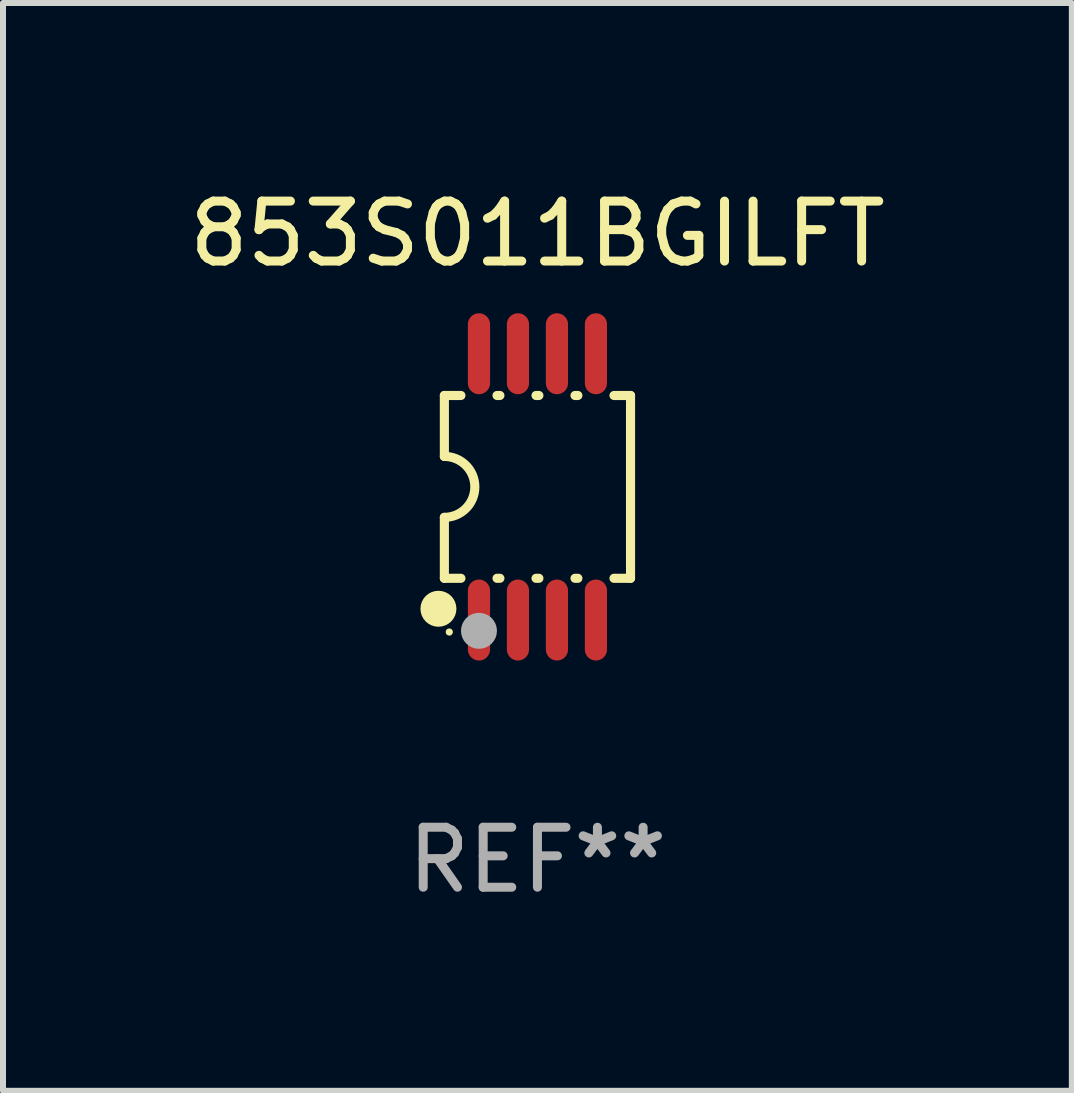
<source format=kicad_pcb>
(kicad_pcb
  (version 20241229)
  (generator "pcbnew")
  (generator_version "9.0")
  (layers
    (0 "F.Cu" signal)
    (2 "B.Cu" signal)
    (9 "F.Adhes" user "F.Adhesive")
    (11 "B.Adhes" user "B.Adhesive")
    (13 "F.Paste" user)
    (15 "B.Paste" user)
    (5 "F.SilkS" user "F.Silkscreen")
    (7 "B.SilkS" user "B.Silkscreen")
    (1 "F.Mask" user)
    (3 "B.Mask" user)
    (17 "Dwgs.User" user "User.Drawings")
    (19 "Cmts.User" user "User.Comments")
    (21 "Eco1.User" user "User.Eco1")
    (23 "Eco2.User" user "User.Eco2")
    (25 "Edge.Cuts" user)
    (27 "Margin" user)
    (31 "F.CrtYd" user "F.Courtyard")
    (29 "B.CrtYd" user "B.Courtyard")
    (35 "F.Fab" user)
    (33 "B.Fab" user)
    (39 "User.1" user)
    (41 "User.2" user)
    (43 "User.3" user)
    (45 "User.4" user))
  (footprint "853S011BGILFT"
    (layer "F.Cu")
    (at 5.911 5.068)
    (property "Reference" "853S011BGILFT" (at 0 -4.22 0) (layer "F.SilkS") (effects (font (size 1 1) (thickness 0.15))))
    (attr through_hole)
    (fp_line (start -1.552 -1.524) (end -1.276 -1.524) (stroke (width 0.152) (type solid)) (layer "F.SilkS"))
    (fp_line (start -1.552 -0.508) (end -1.552 -1.524) (stroke (width 0.152) (type solid)) (layer "F.SilkS"))
    (fp_line (start -1.552 1.524) (end -1.552 0.508) (stroke (width 0.152) (type solid)) (layer "F.SilkS"))
    (fp_line (start -1.552 1.524) (end -1.276 1.524) (stroke (width 0.152) (type solid)) (layer "F.SilkS"))
    (fp_line (start -0.674 -1.524) (end -0.626 -1.524) (stroke (width 0.152) (type solid)) (layer "F.SilkS"))
    (fp_line (start -0.674 1.524) (end -0.626 1.524) (stroke (width 0.152) (type solid)) (layer "F.SilkS"))
    (fp_line (start -0.024 -1.524) (end 0.024 -1.524) (stroke (width 0.152) (type solid)) (layer "F.SilkS"))
    (fp_line (start -0.024 1.524) (end 0.024 1.524) (stroke (width 0.152) (type solid)) (layer "F.SilkS"))
    (fp_line (start 0.626 -1.524) (end 0.674 -1.524) (stroke (width 0.152) (type solid)) (layer "F.SilkS"))
    (fp_line (start 0.626 1.524) (end 0.674 1.524) (stroke (width 0.152) (type solid)) (layer "F.SilkS"))
    (fp_line (start 1.276 1.524) (end 1.552 1.524) (stroke (width 0.152) (type solid)) (layer "F.SilkS"))
    (fp_line (start 1.276 -1.524) (end 1.552 -1.524) (stroke (width 0.152) (type solid)) (layer "F.SilkS"))
    (fp_line (start 1.552 -1.524) (end 1.552 1.524) (stroke (width 0.152) (type solid)) (layer "F.SilkS"))
    (fp_arc (start -1.551943 -0.508001) (mid -1.043942 0) (end -1.551943 0.508001) (stroke (width 0.151994) (type solid)) (layer "F.SilkS"))
    (fp_circle (center -1.651 2.032) (end -1.501 2.032) (stroke (width 0.3) (type solid)) (fill no) (layer "F.SilkS"))
    (fp_circle (center -1.47 2.42) (end -1.44 2.42) (stroke (width 0.06) (type solid)) (fill no) (layer "F.SilkS"))
    (fp_circle (center -0.975 2.4) (end -0.825 2.4) (stroke (width 0.3) (type solid)) (fill no) (layer "F.Fab"))
    (fp_text user "REF**" (at 0 6.22 0) (layer "F.Fab") (effects (font (size 1 1) (thickness 0.15))))
    (pad "1" smd oval (at -0.975 2.22) (size 0.37 1.35) (layers "F.Cu" "F.Mask" "F.Paste"))
    (pad "2" smd oval (at -0.325 2.22) (size 0.37 1.35) (layers "F.Cu" "F.Mask" "F.Paste"))
    (pad "3" smd oval (at 0.325 2.22) (size 0.37 1.35) (layers "F.Cu" "F.Mask" "F.Paste"))
    (pad "4" smd oval (at 0.975 2.22) (size 0.37 1.35) (layers "F.Cu" "F.Mask" "F.Paste"))
    (pad "5" smd oval (at 0.975 -2.22) (size 0.37 1.35) (layers "F.Cu" "F.Mask" "F.Paste"))
    (pad "6" smd oval (at 0.325 -2.22) (size 0.37 1.35) (layers "F.Cu" "F.Mask" "F.Paste"))
    (pad "7" smd oval (at -0.325 -2.22) (size 0.37 1.35) (layers "F.Cu" "F.Mask" "F.Paste"))
    (pad "8" smd oval (at -0.975 -2.22) (size 0.37 1.35) (layers "F.Cu" "F.Mask" "F.Paste")))
  (gr_rect
    (start -3 -3)
    (end 14.821 15.137)
    (stroke (width 0.1) (type default))
    (fill no)
    (layer "Edge.Cuts")))
</source>
